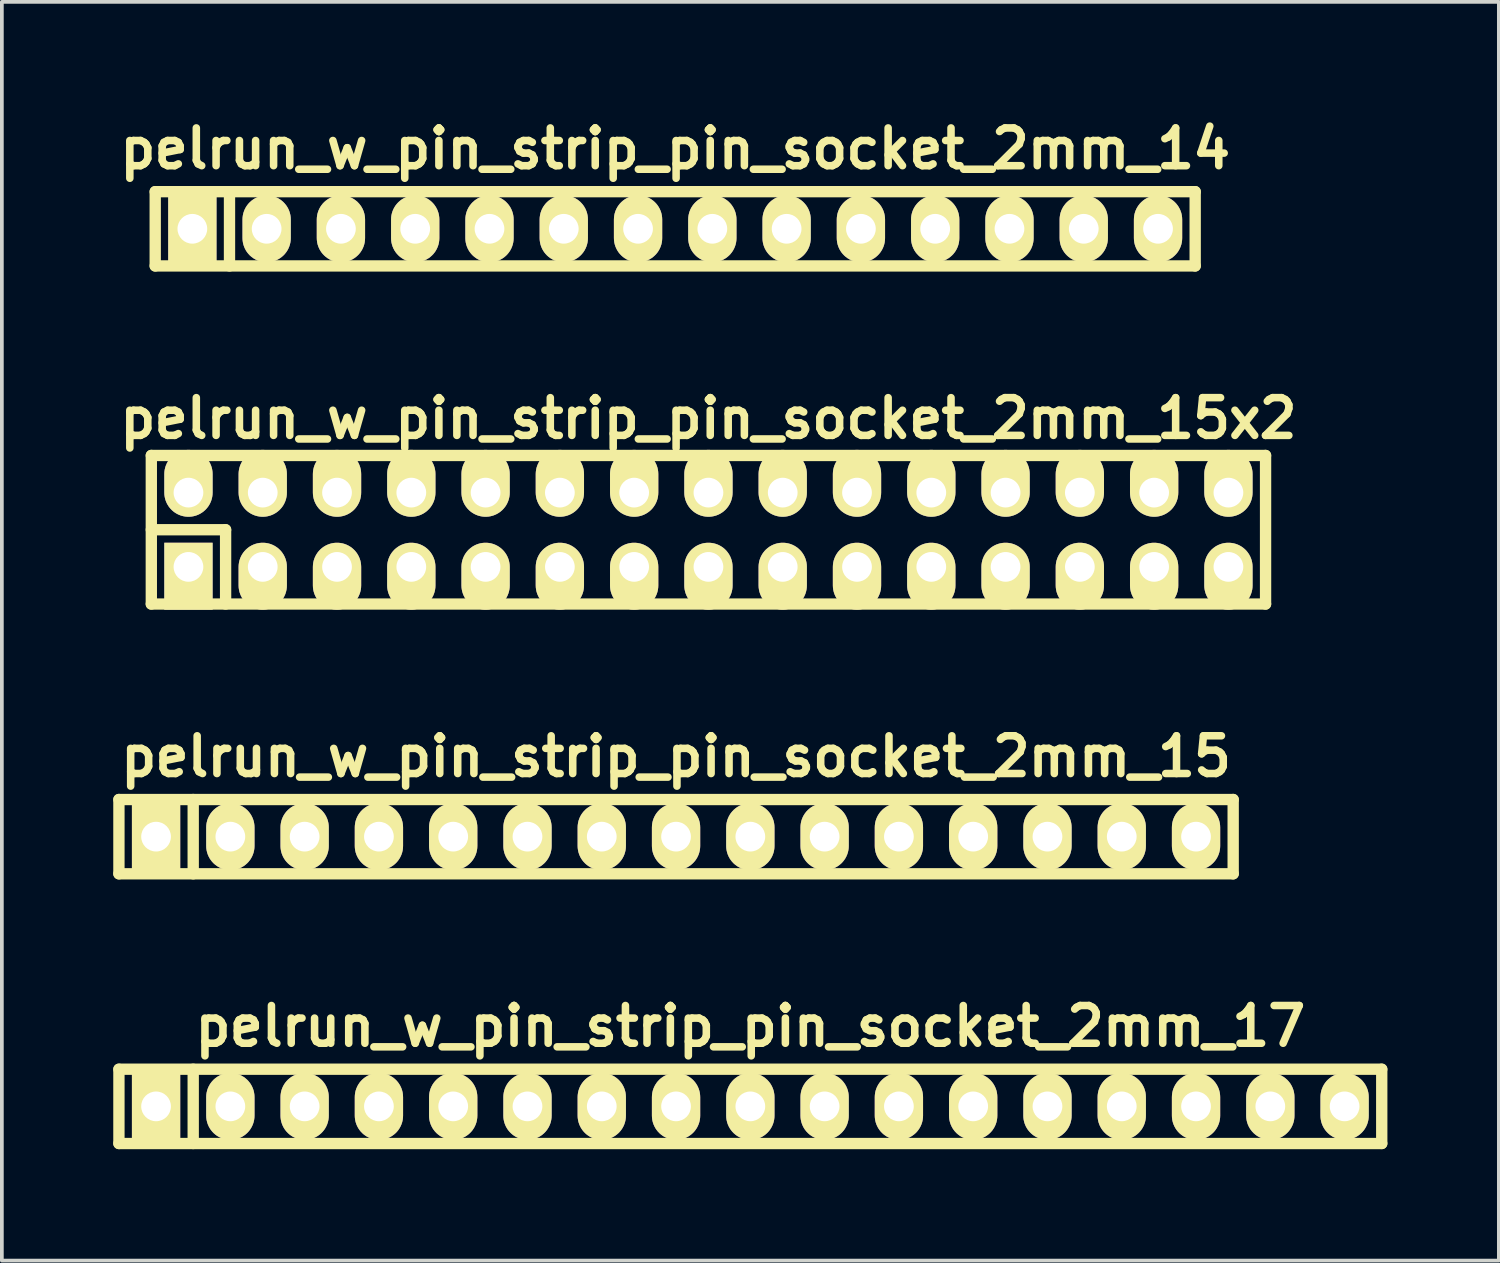
<source format=kicad_pcb>
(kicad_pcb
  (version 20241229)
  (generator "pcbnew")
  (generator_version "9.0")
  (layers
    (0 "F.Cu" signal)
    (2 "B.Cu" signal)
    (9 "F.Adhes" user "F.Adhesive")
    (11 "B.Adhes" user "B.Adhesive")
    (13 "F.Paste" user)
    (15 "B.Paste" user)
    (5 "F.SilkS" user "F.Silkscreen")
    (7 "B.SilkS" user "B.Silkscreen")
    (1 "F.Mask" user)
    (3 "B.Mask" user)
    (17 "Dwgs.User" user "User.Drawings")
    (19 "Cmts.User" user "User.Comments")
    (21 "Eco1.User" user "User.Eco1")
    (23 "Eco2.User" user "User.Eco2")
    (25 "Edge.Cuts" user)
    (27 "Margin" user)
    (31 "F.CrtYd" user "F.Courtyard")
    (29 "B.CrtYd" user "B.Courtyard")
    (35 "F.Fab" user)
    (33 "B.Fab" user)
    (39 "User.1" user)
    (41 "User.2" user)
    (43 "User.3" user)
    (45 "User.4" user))
  (footprint "pelrun_w_pin_strip_pin_socket_2mm_14"
    (layer "F.Cu")
    (at 15.129 3.11)
    (property "Reference" "pelrun_w_pin_strip_pin_socket_2mm_14" (at 0 -2.159 0) (layer "F.SilkS") (effects (font (size 1.016 1.016) (thickness 0.203))))
    (attr through_hole)
    (fp_line (start -14 -1) (end 14 -1) (stroke (width 0.305) (type solid)) (layer "F.SilkS"))
    (fp_line (start -14 1) (end -14 -1) (stroke (width 0.305) (type solid)) (layer "F.SilkS"))
    (fp_line (start -12 -1) (end -12 1) (stroke (width 0.305) (type solid)) (layer "F.SilkS"))
    (fp_line (start 14 -1) (end 14 1) (stroke (width 0.305) (type solid)) (layer "F.SilkS"))
    (fp_line (start 14 1) (end -14 1) (stroke (width 0.305) (type solid)) (layer "F.SilkS"))
    (pad "1" thru_hole rect (at -13 0) (size 1.3 1.8) (drill 0.8) (layers "*.Cu" "*.Mask" "F.SilkS"))
    (pad "2" thru_hole oval (at -11 0) (size 1.3 1.8) (drill 0.8) (layers "*.Cu" "*.Mask" "F.SilkS"))
    (pad "3" thru_hole oval (at -9 0) (size 1.3 1.8) (drill 0.8) (layers "*.Cu" "*.Mask" "F.SilkS"))
    (pad "4" thru_hole oval (at -7 0) (size 1.3 1.8) (drill 0.8) (layers "*.Cu" "*.Mask" "F.SilkS"))
    (pad "5" thru_hole oval (at -5 0) (size 1.3 1.8) (drill 0.8) (layers "*.Cu" "*.Mask" "F.SilkS"))
    (pad "6" thru_hole oval (at -3 0) (size 1.3 1.8) (drill 0.8) (layers "*.Cu" "*.Mask" "F.SilkS"))
    (pad "7" thru_hole oval (at -1 0) (size 1.3 1.8) (drill 0.8) (layers "*.Cu" "*.Mask" "F.SilkS"))
    (pad "8" thru_hole oval (at 1 0) (size 1.3 1.8) (drill 0.8) (layers "*.Cu" "*.Mask" "F.SilkS"))
    (pad "9" thru_hole oval (at 3 0) (size 1.3 1.8) (drill 0.8) (layers "*.Cu" "*.Mask" "F.SilkS"))
    (pad "10" thru_hole oval (at 5 0) (size 1.3 1.8) (drill 0.8) (layers "*.Cu" "*.Mask" "F.SilkS"))
    (pad "11" thru_hole oval (at 7 0) (size 1.3 1.8) (drill 0.8) (layers "*.Cu" "*.Mask" "F.SilkS"))
    (pad "12" thru_hole oval (at 9 0) (size 1.3 1.8) (drill 0.8) (layers "*.Cu" "*.Mask" "F.SilkS"))
    (pad "13" thru_hole oval (at 11 0) (size 1.3 1.8) (drill 0.8) (layers "*.Cu" "*.Mask" "F.SilkS"))
    (pad "14" thru_hole oval (at 13 0) (size 1.3 1.8) (drill 0.8) (layers "*.Cu" "*.Mask" "F.SilkS")))
  (footprint "pelrun_w_pin_strip_pin_socket_2mm_15x2"
    (layer "F.Cu")
    (at 16.024 11.213)
    (property "Reference" "pelrun_w_pin_strip_pin_socket_2mm_15x2" (at 0 -3 0) (layer "F.SilkS") (effects (font (size 1.016 1.016) (thickness 0.203))))
    (attr through_hole)
    (fp_line (start -15 -2) (end 15 -2) (stroke (width 0.305) (type solid)) (layer "F.SilkS"))
    (fp_line (start -15 0) (end -13 0) (stroke (width 0.305) (type solid)) (layer "F.SilkS"))
    (fp_line (start -15 2) (end -15 -2) (stroke (width 0.305) (type solid)) (layer "F.SilkS"))
    (fp_line (start -13 0) (end -13 2) (stroke (width 0.305) (type solid)) (layer "F.SilkS"))
    (fp_line (start 15 -2) (end 15 2) (stroke (width 0.305) (type solid)) (layer "F.SilkS"))
    (fp_line (start 15 2) (end -15 2) (stroke (width 0.305) (type solid)) (layer "F.SilkS"))
    (pad "1" thru_hole rect (at -14 1) (size 1.3 1.8) (drill 0.8 (offset 0 0.25)) (layers "*.Cu" "*.Mask" "F.SilkS"))
    (pad "2" thru_hole oval (at -14 -1) (size 1.3 1.8) (drill 0.8 (offset 0 -0.25)) (layers "*.Cu" "*.Mask" "F.SilkS"))
    (pad "3" thru_hole oval (at -12 1) (size 1.3 1.8) (drill 0.8 (offset 0 0.25)) (layers "*.Cu" "*.Mask" "F.SilkS"))
    (pad "4" thru_hole oval (at -12 -1) (size 1.3 1.8) (drill 0.8 (offset 0 -0.25)) (layers "*.Cu" "*.Mask" "F.SilkS"))
    (pad "5" thru_hole oval (at -10 1) (size 1.3 1.8) (drill 0.8 (offset 0 0.25)) (layers "*.Cu" "*.Mask" "F.SilkS"))
    (pad "6" thru_hole oval (at -10 -1) (size 1.3 1.8) (drill 0.8 (offset 0 -0.25)) (layers "*.Cu" "*.Mask" "F.SilkS"))
    (pad "7" thru_hole oval (at -8 1) (size 1.3 1.8) (drill 0.8 (offset 0 0.25)) (layers "*.Cu" "*.Mask" "F.SilkS"))
    (pad "8" thru_hole oval (at -8 -1) (size 1.3 1.8) (drill 0.8 (offset 0 -0.25)) (layers "*.Cu" "*.Mask" "F.SilkS"))
    (pad "9" thru_hole oval (at -6 1) (size 1.3 1.8) (drill 0.8 (offset 0 0.25)) (layers "*.Cu" "*.Mask" "F.SilkS"))
    (pad "10" thru_hole oval (at -6 -1) (size 1.3 1.8) (drill 0.8 (offset 0 -0.25)) (layers "*.Cu" "*.Mask" "F.SilkS"))
    (pad "11" thru_hole oval (at -4 1) (size 1.3 1.8) (drill 0.8 (offset 0 0.25)) (layers "*.Cu" "*.Mask" "F.SilkS"))
    (pad "12" thru_hole oval (at -4 -1) (size 1.3 1.8) (drill 0.8 (offset 0 -0.25)) (layers "*.Cu" "*.Mask" "F.SilkS"))
    (pad "13" thru_hole oval (at -2 1) (size 1.3 1.8) (drill 0.8 (offset 0 0.25)) (layers "*.Cu" "*.Mask" "F.SilkS"))
    (pad "14" thru_hole oval (at -2 -1) (size 1.3 1.8) (drill 0.8 (offset 0 -0.25)) (layers "*.Cu" "*.Mask" "F.SilkS"))
    (pad "15" thru_hole oval (at 0 1) (size 1.3 1.8) (drill 0.8 (offset 0 0.25)) (layers "*.Cu" "*.Mask" "F.SilkS"))
    (pad "16" thru_hole oval (at 0 -1) (size 1.3 1.8) (drill 0.8 (offset 0 -0.25)) (layers "*.Cu" "*.Mask" "F.SilkS"))
    (pad "17" thru_hole oval (at 2 1) (size 1.3 1.8) (drill 0.8 (offset 0 0.25)) (layers "*.Cu" "*.Mask" "F.SilkS"))
    (pad "18" thru_hole oval (at 2 -1) (size 1.3 1.8) (drill 0.8 (offset 0 -0.25)) (layers "*.Cu" "*.Mask" "F.SilkS"))
    (pad "19" thru_hole oval (at 4 1) (size 1.3 1.8) (drill 0.8 (offset 0 0.25)) (layers "*.Cu" "*.Mask" "F.SilkS"))
    (pad "20" thru_hole oval (at 4 -1) (size 1.3 1.8) (drill 0.8 (offset 0 -0.25)) (layers "*.Cu" "*.Mask" "F.SilkS"))
    (pad "21" thru_hole oval (at 6 1) (size 1.3 1.8) (drill 0.8 (offset 0 0.25)) (layers "*.Cu" "*.Mask" "F.SilkS"))
    (pad "22" thru_hole oval (at 6 -1) (size 1.3 1.8) (drill 0.8 (offset 0 -0.25)) (layers "*.Cu" "*.Mask" "F.SilkS"))
    (pad "23" thru_hole oval (at 8 1) (size 1.3 1.8) (drill 0.8 (offset 0 0.25)) (layers "*.Cu" "*.Mask" "F.SilkS"))
    (pad "24" thru_hole oval (at 8 -1) (size 1.3 1.8) (drill 0.8 (offset 0 -0.25)) (layers "*.Cu" "*.Mask" "F.SilkS"))
    (pad "25" thru_hole oval (at 10 1) (size 1.3 1.8) (drill 0.8 (offset 0 0.25)) (layers "*.Cu" "*.Mask" "F.SilkS"))
    (pad "26" thru_hole oval (at 10 -1) (size 1.3 1.8) (drill 0.8 (offset 0 -0.25)) (layers "*.Cu" "*.Mask" "F.SilkS"))
    (pad "27" thru_hole oval (at 12 1) (size 1.3 1.8) (drill 0.8 (offset 0 0.25)) (layers "*.Cu" "*.Mask" "F.SilkS"))
    (pad "28" thru_hole oval (at 12 -1) (size 1.3 1.8) (drill 0.8 (offset 0 -0.25)) (layers "*.Cu" "*.Mask" "F.SilkS"))
    (pad "29" thru_hole oval (at 14 1) (size 1.3 1.8) (drill 0.8 (offset 0 0.25)) (layers "*.Cu" "*.Mask" "F.SilkS"))
    (pad "30" thru_hole oval (at 14 -1) (size 1.3 1.8) (drill 0.8 (offset 0 -0.25)) (layers "*.Cu" "*.Mask" "F.SilkS")))
  (footprint "pelrun_w_pin_strip_pin_socket_2mm_15"
    (layer "F.Cu")
    (at 15.152 19.476)
    (property "Reference" "pelrun_w_pin_strip_pin_socket_2mm_15" (at 0 -2.159 0) (layer "F.SilkS") (effects (font (size 1.016 1.016) (thickness 0.203))))
    (attr through_hole)
    (fp_line (start -15 -1) (end 15 -1) (stroke (width 0.305) (type solid)) (layer "F.SilkS"))
    (fp_line (start -15 1) (end -15 -1) (stroke (width 0.305) (type solid)) (layer "F.SilkS"))
    (fp_line (start -13 -1) (end -13 1) (stroke (width 0.305) (type solid)) (layer "F.SilkS"))
    (fp_line (start 15 -1) (end 15 1) (stroke (width 0.305) (type solid)) (layer "F.SilkS"))
    (fp_line (start 15 1) (end -15 1) (stroke (width 0.305) (type solid)) (layer "F.SilkS"))
    (pad "1" thru_hole rect (at -14 0) (size 1.3 1.8) (drill 0.8) (layers "*.Cu" "*.Mask" "F.SilkS"))
    (pad "2" thru_hole oval (at -12 0) (size 1.3 1.8) (drill 0.8) (layers "*.Cu" "*.Mask" "F.SilkS"))
    (pad "3" thru_hole oval (at -10 0) (size 1.3 1.8) (drill 0.8) (layers "*.Cu" "*.Mask" "F.SilkS"))
    (pad "4" thru_hole oval (at -8 0) (size 1.3 1.8) (drill 0.8) (layers "*.Cu" "*.Mask" "F.SilkS"))
    (pad "5" thru_hole oval (at -6 0) (size 1.3 1.8) (drill 0.8) (layers "*.Cu" "*.Mask" "F.SilkS"))
    (pad "6" thru_hole oval (at -4 0) (size 1.3 1.8) (drill 0.8) (layers "*.Cu" "*.Mask" "F.SilkS"))
    (pad "7" thru_hole oval (at -2 0) (size 1.3 1.8) (drill 0.8) (layers "*.Cu" "*.Mask" "F.SilkS"))
    (pad "8" thru_hole oval (at 0 0) (size 1.3 1.8) (drill 0.8) (layers "*.Cu" "*.Mask" "F.SilkS"))
    (pad "9" thru_hole oval (at 2 0) (size 1.3 1.8) (drill 0.8) (layers "*.Cu" "*.Mask" "F.SilkS"))
    (pad "10" thru_hole oval (at 4 0) (size 1.3 1.8) (drill 0.8) (layers "*.Cu" "*.Mask" "F.SilkS"))
    (pad "11" thru_hole oval (at 6 0) (size 1.3 1.8) (drill 0.8) (layers "*.Cu" "*.Mask" "F.SilkS"))
    (pad "12" thru_hole oval (at 8 0) (size 1.3 1.8) (drill 0.8) (layers "*.Cu" "*.Mask" "F.SilkS"))
    (pad "13" thru_hole oval (at 10 0) (size 1.3 1.8) (drill 0.8) (layers "*.Cu" "*.Mask" "F.SilkS"))
    (pad "14" thru_hole oval (at 12 0) (size 1.3 1.8) (drill 0.8) (layers "*.Cu" "*.Mask" "F.SilkS"))
    (pad "15" thru_hole oval (at 14 0) (size 1.3 1.8) (drill 0.8) (layers "*.Cu" "*.Mask" "F.SilkS")))
  (footprint "pelrun_w_pin_strip_pin_socket_2mm_17"
    (layer "F.Cu")
    (at 17.152 26.738)
    (property "Reference" "pelrun_w_pin_strip_pin_socket_2mm_17" (at 0 -2.159 0) (layer "F.SilkS") (effects (font (size 1.016 1.016) (thickness 0.203))))
    (attr through_hole)
    (fp_line (start -17 -1) (end 17 -1) (stroke (width 0.305) (type solid)) (layer "F.SilkS"))
    (fp_line (start -17 1) (end -17 -1) (stroke (width 0.305) (type solid)) (layer "F.SilkS"))
    (fp_line (start -15 -1) (end -15 1) (stroke (width 0.305) (type solid)) (layer "F.SilkS"))
    (fp_line (start 17 -1) (end 17 1) (stroke (width 0.305) (type solid)) (layer "F.SilkS"))
    (fp_line (start 17 1) (end -17 1) (stroke (width 0.305) (type solid)) (layer "F.SilkS"))
    (pad "1" thru_hole rect (at -16 0) (size 1.3 1.8) (drill 0.8) (layers "*.Cu" "*.Mask" "F.SilkS"))
    (pad "2" thru_hole oval (at -14 0) (size 1.3 1.8) (drill 0.8) (layers "*.Cu" "*.Mask" "F.SilkS"))
    (pad "3" thru_hole oval (at -12 0) (size 1.3 1.8) (drill 0.8) (layers "*.Cu" "*.Mask" "F.SilkS"))
    (pad "4" thru_hole oval (at -10 0) (size 1.3 1.8) (drill 0.8) (layers "*.Cu" "*.Mask" "F.SilkS"))
    (pad "5" thru_hole oval (at -8 0) (size 1.3 1.8) (drill 0.8) (layers "*.Cu" "*.Mask" "F.SilkS"))
    (pad "6" thru_hole oval (at -6 0) (size 1.3 1.8) (drill 0.8) (layers "*.Cu" "*.Mask" "F.SilkS"))
    (pad "7" thru_hole oval (at -4 0) (size 1.3 1.8) (drill 0.8) (layers "*.Cu" "*.Mask" "F.SilkS"))
    (pad "8" thru_hole oval (at -2 0) (size 1.3 1.8) (drill 0.8) (layers "*.Cu" "*.Mask" "F.SilkS"))
    (pad "9" thru_hole oval (at 0 0) (size 1.3 1.8) (drill 0.8) (layers "*.Cu" "*.Mask" "F.SilkS"))
    (pad "10" thru_hole oval (at 2 0) (size 1.3 1.8) (drill 0.8) (layers "*.Cu" "*.Mask" "F.SilkS"))
    (pad "11" thru_hole oval (at 4 0) (size 1.3 1.8) (drill 0.8) (layers "*.Cu" "*.Mask" "F.SilkS"))
    (pad "12" thru_hole oval (at 6 0) (size 1.3 1.8) (drill 0.8) (layers "*.Cu" "*.Mask" "F.SilkS"))
    (pad "13" thru_hole oval (at 8 0) (size 1.3 1.8) (drill 0.8) (layers "*.Cu" "*.Mask" "F.SilkS"))
    (pad "14" thru_hole oval (at 10 0) (size 1.3 1.8) (drill 0.8) (layers "*.Cu" "*.Mask" "F.SilkS"))
    (pad "15" thru_hole oval (at 12 0) (size 1.3 1.8) (drill 0.8) (layers "*.Cu" "*.Mask" "F.SilkS"))
    (pad "16" thru_hole oval (at 14 0) (size 1.3 1.8) (drill 0.8) (layers "*.Cu" "*.Mask" "F.SilkS"))
    (pad "17" thru_hole oval (at 16 0) (size 1.3 1.8) (drill 0.8) (layers "*.Cu" "*.Mask" "F.SilkS")))
  (gr_rect
    (start -3 -3)
    (end 37.305 30.891)
    (stroke (width 0.1) (type default))
    (fill no)
    (layer "Edge.Cuts")))
</source>
